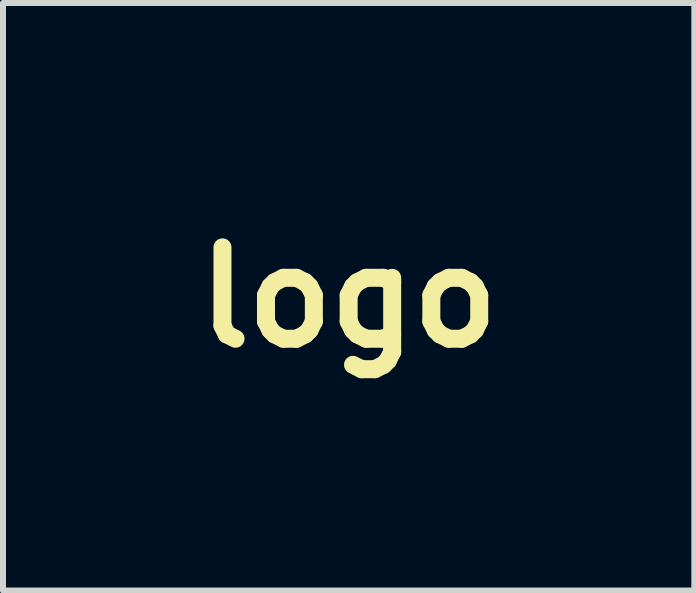
<source format=kicad_pcb>
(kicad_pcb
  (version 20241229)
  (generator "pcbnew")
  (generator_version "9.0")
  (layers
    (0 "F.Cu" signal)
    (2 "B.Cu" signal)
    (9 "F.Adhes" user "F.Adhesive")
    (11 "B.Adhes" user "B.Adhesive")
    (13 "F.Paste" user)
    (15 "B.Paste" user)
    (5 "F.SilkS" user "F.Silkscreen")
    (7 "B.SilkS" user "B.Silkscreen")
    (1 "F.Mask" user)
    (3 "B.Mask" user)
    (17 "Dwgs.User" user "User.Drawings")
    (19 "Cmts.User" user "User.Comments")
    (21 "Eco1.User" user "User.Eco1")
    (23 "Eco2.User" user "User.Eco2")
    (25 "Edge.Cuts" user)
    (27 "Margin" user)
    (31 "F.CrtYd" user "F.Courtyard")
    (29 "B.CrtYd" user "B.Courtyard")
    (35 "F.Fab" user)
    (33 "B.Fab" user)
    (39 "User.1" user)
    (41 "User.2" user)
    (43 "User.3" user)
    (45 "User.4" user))
  (footprint "logo"
    (layer "F.Cu")
    (at 2.765 1.91)
    (property "Reference" "logo" (at 0 0 0) (layer "F.SilkS") (effects (font (size 1.524 1.524) (thickness 0.3))))
    (attr through_hole)
    (fp_poly (pts (xy 0.113 0.197) (xy 0.169 0.379) (xy 0.167 0.666) (xy 0.118 0.95) (xy 0.036 1.126) (xy 0 1.143) (xy -0.084 1.032) (xy -0.157 0.762) (xy -0.162 0.73) (xy -0.171 0.39) (xy -0.094 0.177) (xy 0.042 0.142) (xy 0.113 0.197)) (stroke (width 0.01) (type solid)) (fill yes) (layer "F.Mask"))
    (fp_poly (pts (xy 0.418 -1.795) (xy 0.797 -1.515) (xy 1.063 -1.136) (xy 1.143 -0.797) (xy 1.186 -0.485) (xy 1.276 -0.299) (xy 1.338 -0.108) (xy 1.372 0.274) (xy 1.373 0.788) (xy 1.371 0.838) (xy 1.333 1.841) (xy 0.057 1.877) (xy -0.489 1.884) (xy -0.938 1.874) (xy -1.23 1.848) (xy -1.308 1.824) (xy -1.36 1.651) (xy -1.388 1.306) (xy -1.396 0.868) (xy -1.384 0.411) (xy -1.353 0.011) (xy -1.328 -0.127) (xy -1.143 -0.127) (xy -1.143 1.651) (xy 1.143 1.651) (xy 1.143 -0.127) (xy -1.143 -0.127) (xy -1.328 -0.127) (xy -1.305 -0.255) (xy -1.27 -0.318) (xy -1.179 -0.489) (xy -1.148 -0.74) (xy -0.889 -0.74) (xy -0.889 -0.381) (xy 0 -0.381) (xy 0.464 -0.385) (xy 0.73 -0.411) (xy 0.852 -0.481) (xy 0.887 -0.616) (xy 0.889 -0.722) (xy 0.783 -1.107) (xy 0.518 -1.437) (xy 0.169 -1.63) (xy 0.018 -1.651) (xy -0.371 -1.538) (xy -0.696 -1.252) (xy -0.875 -0.874) (xy -0.889 -0.74) (xy -1.148 -0.74) (xy -1.143 -0.779) (xy -1.029 -1.199) (xy -0.737 -1.574) (xy -0.341 -1.832) (xy 0 -1.905) (xy 0.418 -1.795)) (stroke (width 0.01) (type solid)) (fill yes) (layer "F.Mask")))
  (gr_rect
    (start -3 -3)
    (end 8.53 6.799)
    (stroke (width 0.1) (type default))
    (fill no)
    (layer "Edge.Cuts")))
</source>
